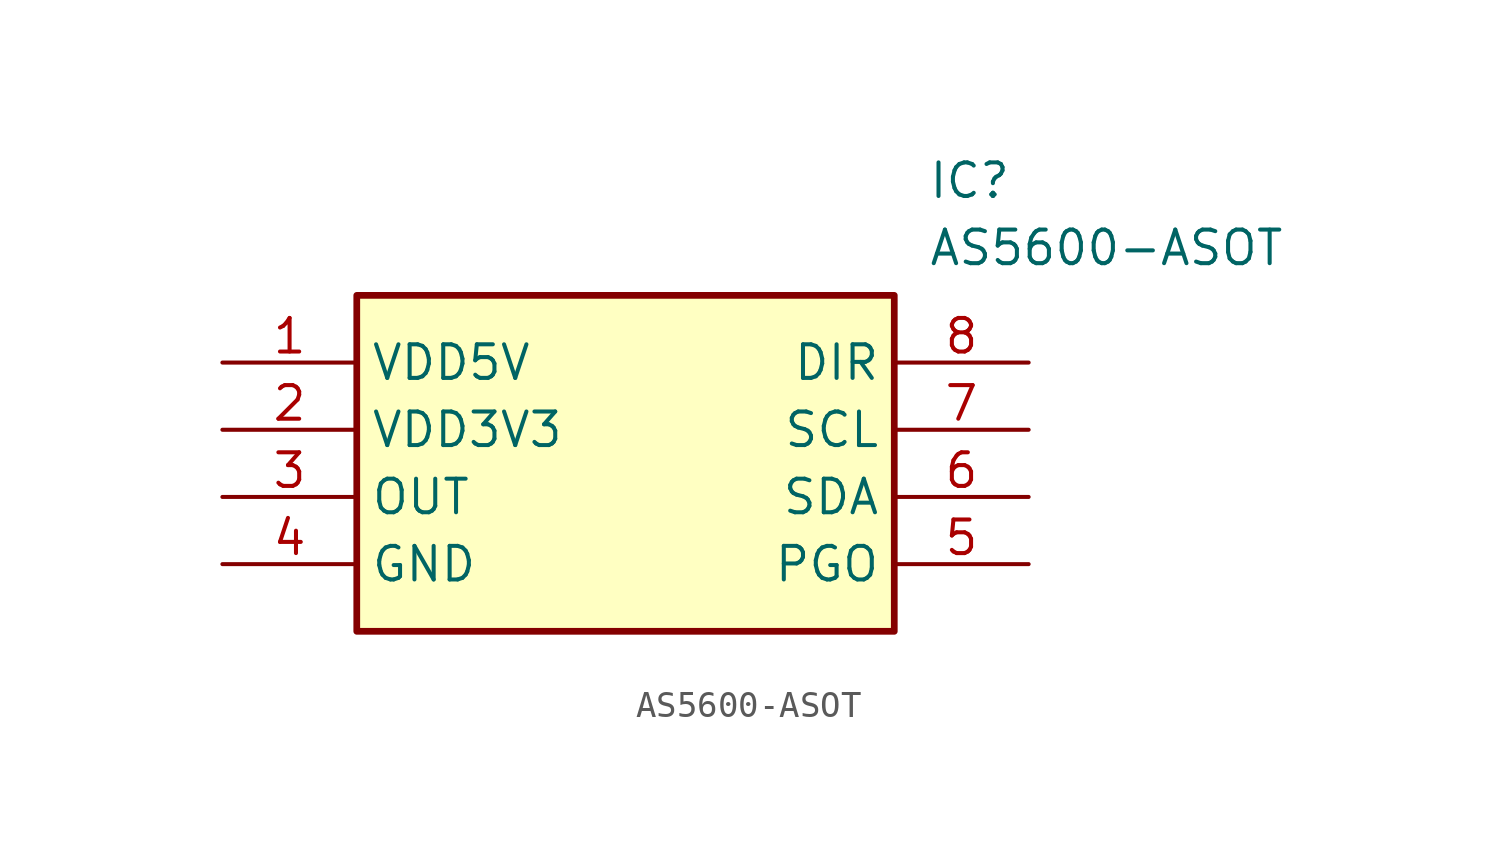
<source format=kicad_sym>
(kicad_symbol_lib
  (version 20211014)
  (generator SamacSys_ECAD_Model)
  (symbol "AS5600-ASOT"
    (property "Reference" "IC"
      (at 26.67 7.62 0)
      (effects (font (size 1.27 1.27)) (justify left top)))
    (property "Value" "AS5600-ASOT"
      (at 26.67 5.08 0)
      (effects (font (size 1.27 1.27)) (justify left top)))
    (rectangle
      (start 5.08 2.54)
      (end 25.4 -10.16)
      (stroke (width 0.254) (type default))
      (fill (type background)))
    (pin passive line
      (at 0 0 0)
      (length 5.08)
      (name "VDD5V" (effects (font (size 1.27 1.27))))
      (number "1" (effects (font (size 1.27 1.27)))))
    (pin passive line
      (at 0 -2.54 0)
      (length 5.08)
      (name "VDD3V3" (effects (font (size 1.27 1.27))))
      (number "2" (effects (font (size 1.27 1.27)))))
    (pin passive line
      (at 0 -5.08 0)
      (length 5.08)
      (name "OUT" (effects (font (size 1.27 1.27))))
      (number "3" (effects (font (size 1.27 1.27)))))
    (pin passive line
      (at 0 -7.62 0)
      (length 5.08)
      (name "GND" (effects (font (size 1.27 1.27))))
      (number "4" (effects (font (size 1.27 1.27)))))
    (pin passive line
      (at 30.48 0 180)
      (length 5.08)
      (name "DIR" (effects (font (size 1.27 1.27))))
      (number "8" (effects (font (size 1.27 1.27)))))
    (pin passive line
      (at 30.48 -2.54 180)
      (length 5.08)
      (name "SCL" (effects (font (size 1.27 1.27))))
      (number "7" (effects (font (size 1.27 1.27)))))
    (pin passive line
      (at 30.48 -5.08 180)
      (length 5.08)
      (name "SDA" (effects (font (size 1.27 1.27))))
      (number "6" (effects (font (size 1.27 1.27)))))
    (pin passive line
      (at 30.48 -7.62 180)
      (length 5.08)
      (name "PGO" (effects (font (size 1.27 1.27))))
      (number "5" (effects (font (size 1.27 1.27)))))))
</source>
